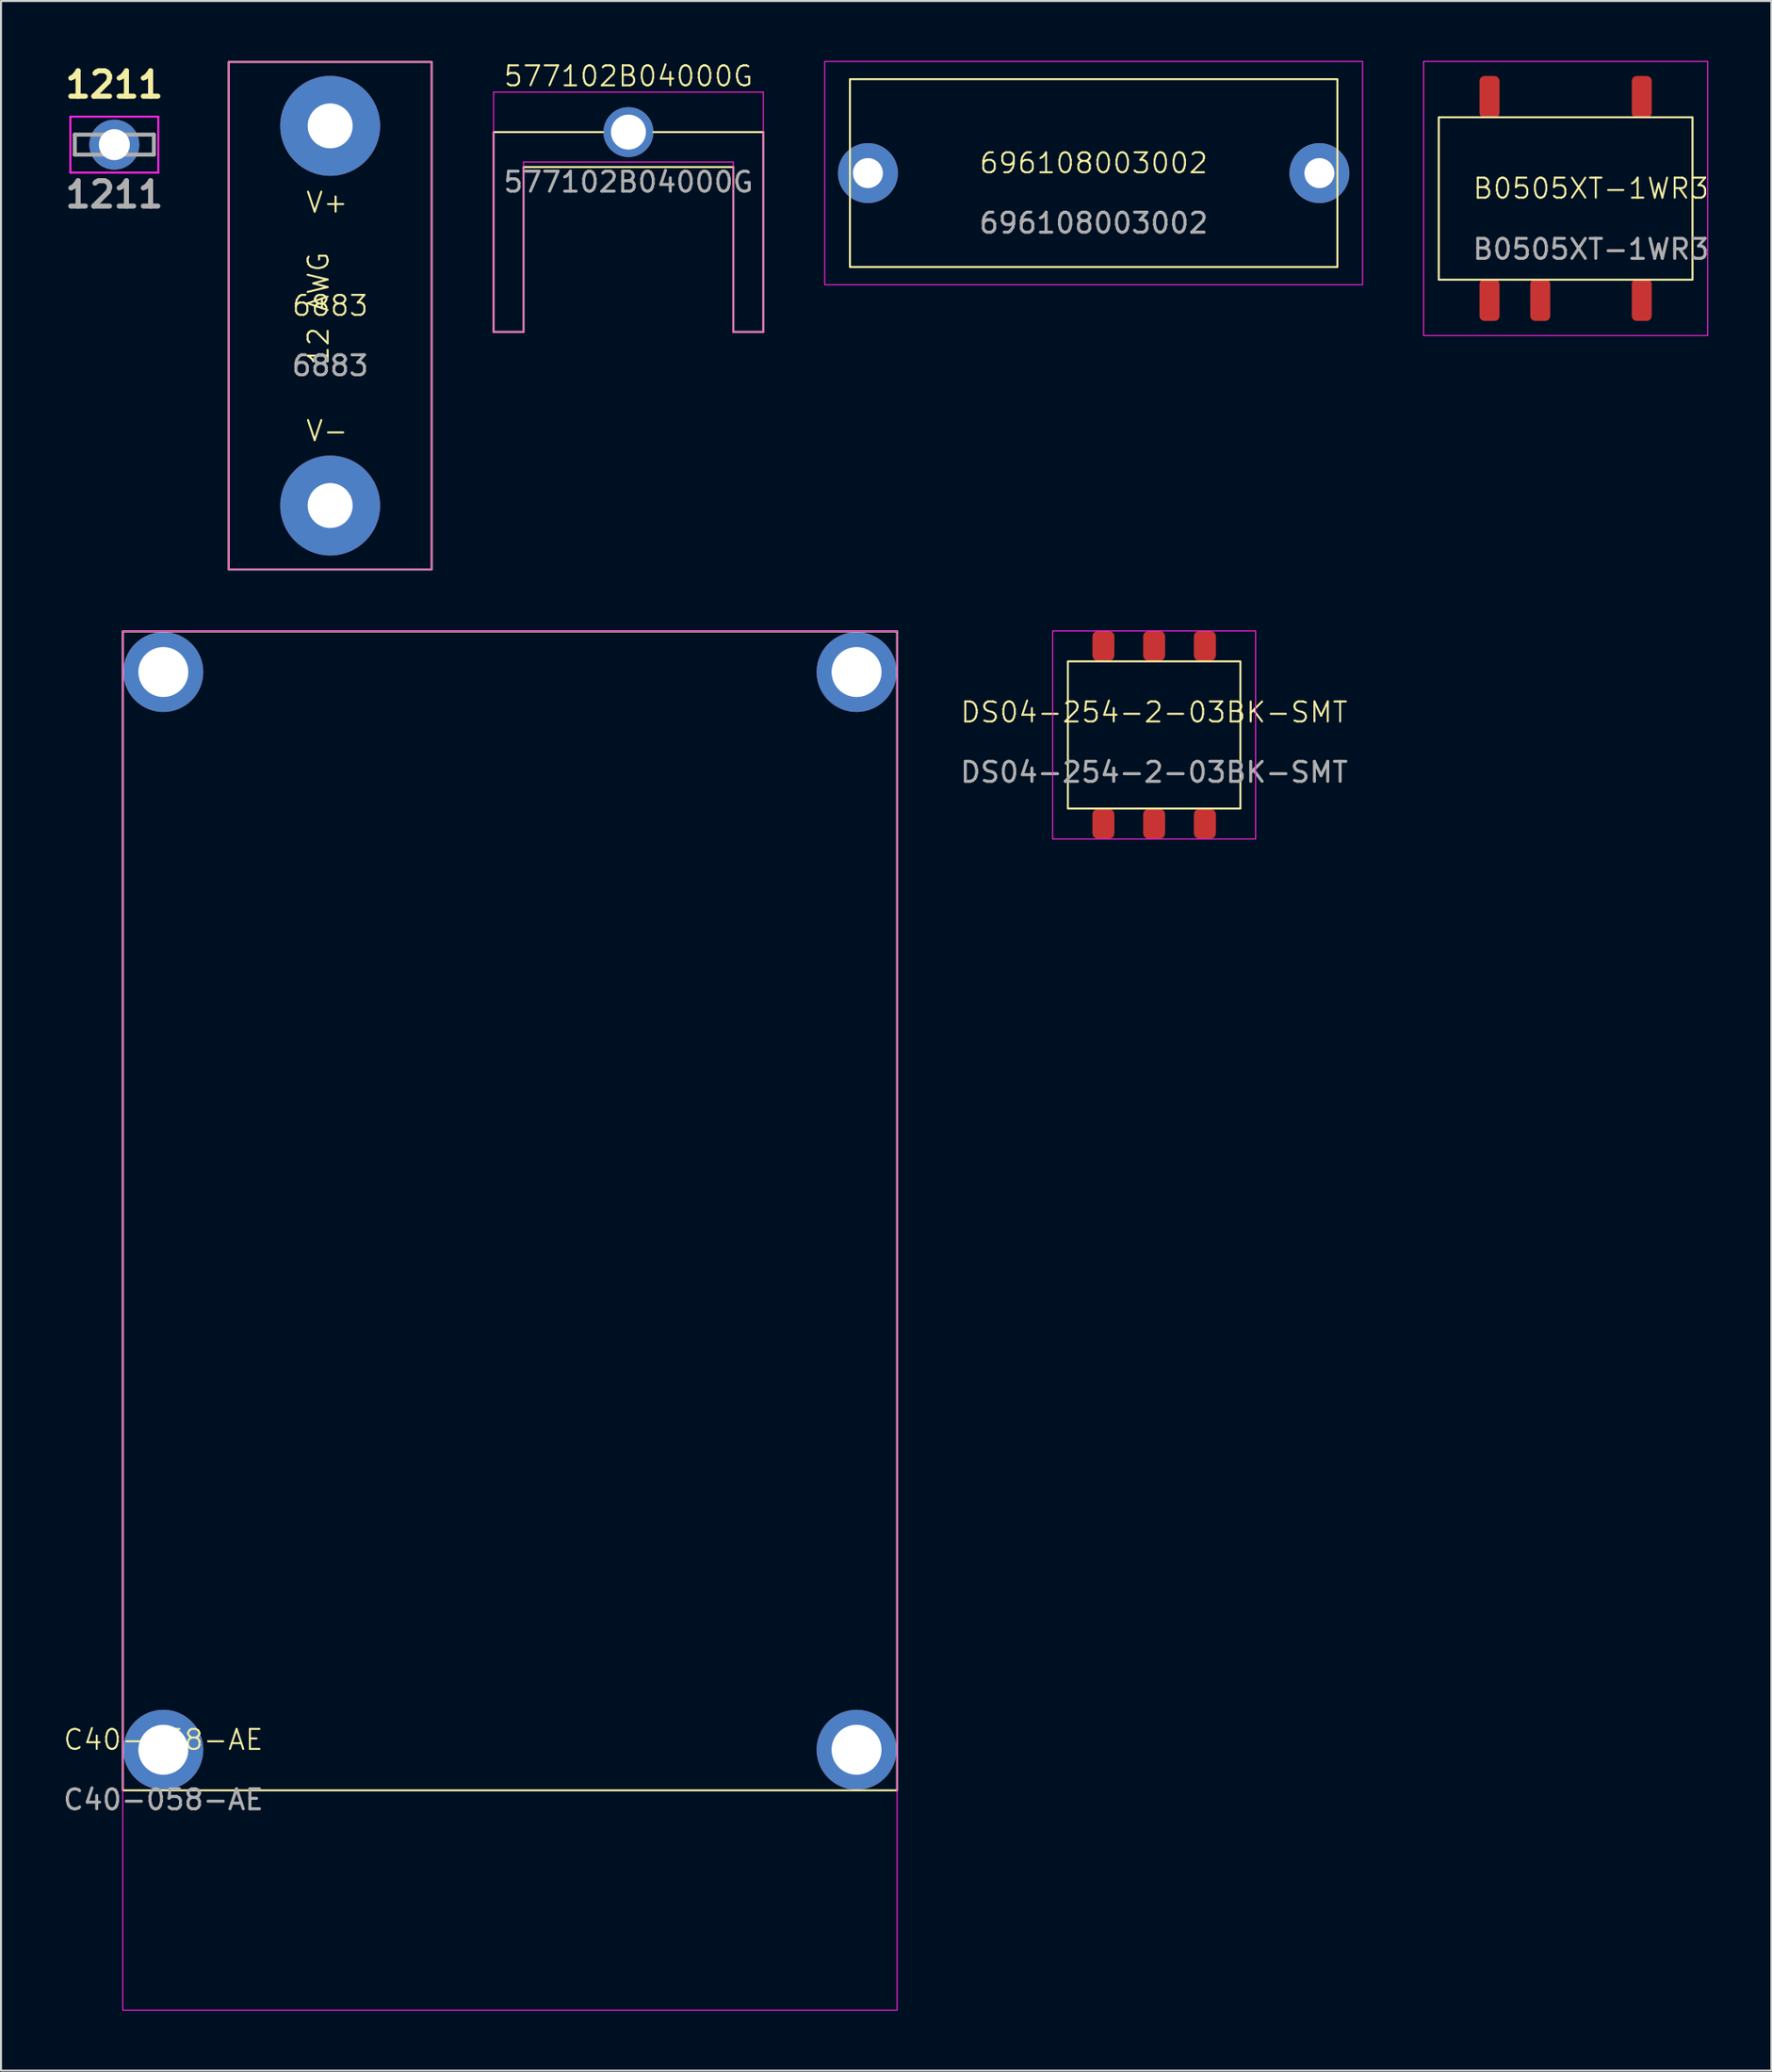
<source format=kicad_pcb>
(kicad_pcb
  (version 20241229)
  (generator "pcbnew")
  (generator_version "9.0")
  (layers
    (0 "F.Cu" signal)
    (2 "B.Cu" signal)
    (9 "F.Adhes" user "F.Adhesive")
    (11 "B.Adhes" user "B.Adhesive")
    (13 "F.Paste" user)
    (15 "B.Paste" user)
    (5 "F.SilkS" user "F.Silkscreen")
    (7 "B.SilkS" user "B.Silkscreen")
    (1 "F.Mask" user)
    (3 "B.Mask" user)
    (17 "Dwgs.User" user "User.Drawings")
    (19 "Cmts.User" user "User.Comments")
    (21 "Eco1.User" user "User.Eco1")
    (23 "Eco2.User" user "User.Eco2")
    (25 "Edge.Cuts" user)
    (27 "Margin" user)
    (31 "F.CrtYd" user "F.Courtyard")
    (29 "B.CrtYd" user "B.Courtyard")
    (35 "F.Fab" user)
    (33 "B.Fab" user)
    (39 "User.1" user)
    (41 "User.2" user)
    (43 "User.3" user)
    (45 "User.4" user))
  (footprint "577102B04000G"
    (layer "F.Cu")
    (at 28.406 3.561)
    (property "Reference" "577102B04000G" (at 0 -2.8 0) (unlocked yes) (layer "F.SilkS") (effects (font (size 1 1) (thickness 0.1))))
    (attr through_hole)
    (fp_line (start -6.75 0) (end -6.75 10) (stroke (width 0.1) (type default)) (layer "F.SilkS"))
    (fp_line (start -6.725 0) (end -1.275 0) (stroke (width 0.1) (type default)) (layer "F.SilkS"))
    (fp_line (start -5.25 1.75) (end -5.25 10) (stroke (width 0.1) (type default)) (layer "F.SilkS"))
    (fp_line (start -5.25 10) (end -6.75 10) (stroke (width 0.1) (type default)) (layer "F.SilkS"))
    (fp_line (start 1.25 0) (end 6.75 0) (stroke (width 0.1) (type default)) (layer "F.SilkS"))
    (fp_line (start 5.25 1.75) (end -5.25 1.75) (stroke (width 0.1) (type default)) (layer "F.SilkS"))
    (fp_line (start 5.25 10) (end 5.25 1.75) (stroke (width 0.1) (type default)) (layer "F.SilkS"))
    (fp_line (start 6.75 0) (end 6.75 10) (stroke (width 0.1) (type default)) (layer "F.SilkS"))
    (fp_line (start 6.75 10) (end 5.25 10) (stroke (width 0.1) (type default)) (layer "F.SilkS"))
    (fp_line (start -6.75 -2) (end 6.75 -2) (stroke (width 0.05) (type default)) (layer "F.CrtYd"))
    (fp_line (start -6.75 10) (end -6.75 -2) (stroke (width 0.05) (type default)) (layer "F.CrtYd"))
    (fp_line (start -6.75 10) (end -5.25 10) (stroke (width 0.05) (type default)) (layer "F.CrtYd"))
    (fp_line (start -5.25 10) (end -5.25 1.5) (stroke (width 0.05) (type default)) (layer "F.CrtYd"))
    (fp_line (start 5.25 1.5) (end -5.25 1.5) (stroke (width 0.05) (type default)) (layer "F.CrtYd"))
    (fp_line (start 5.25 10) (end 5.25 1.5) (stroke (width 0.05) (type default)) (layer "F.CrtYd"))
    (fp_line (start 6.75 -2) (end 6.75 10) (stroke (width 0.05) (type default)) (layer "F.CrtYd"))
    (fp_line (start 6.75 10) (end 5.25 10) (stroke (width 0.05) (type default)) (layer "F.CrtYd"))
    (fp_text user "${REFERENCE}" (at 0 2.5 0) (unlocked yes) (layer "F.Fab") (effects (font (size 1 1) (thickness 0.15))))
    (pad "" thru_hole circle (at 0 0) (size 2.5 2.5) (drill 1.75) (layers "*.Cu" "*.Mask")))
  (footprint "1211"
    (layer "F.Cu")
    (at 2.673 4.189)
    (property "Reference" "1211" (at 0 -3 0) (layer "F.SilkS") (effects (font (size 1.27 1.27) (thickness 0.254))))
    (attr through_hole)
    (fp_line (start -1.98 -0.5) (end -1.98 0.5) (stroke (width 0.1) (type solid)) (layer "F.SilkS"))
    (fp_line (start -1.98 0.5) (end -1.5 0.5) (stroke (width 0.1) (type solid)) (layer "F.SilkS"))
    (fp_line (start -1.5 -0.5) (end -1.98 -0.5) (stroke (width 0.1) (type solid)) (layer "F.SilkS"))
    (fp_line (start 1.5 -0.5) (end 1.98 -0.5) (stroke (width 0.1) (type solid)) (layer "F.SilkS"))
    (fp_line (start 1.98 -0.5) (end 1.98 0.5) (stroke (width 0.1) (type solid)) (layer "F.SilkS"))
    (fp_line (start 1.98 0.5) (end 1.5 0.5) (stroke (width 0.1) (type solid)) (layer "F.SilkS"))
    (fp_line (start -2.2 -1.4) (end 2.2 -1.4) (stroke (width 0.1) (type solid)) (layer "F.CrtYd"))
    (fp_line (start -2.2 1.4) (end -2.2 -1.4) (stroke (width 0.1) (type solid)) (layer "F.CrtYd"))
    (fp_line (start 2.2 -1.4) (end 2.2 1.4) (stroke (width 0.1) (type solid)) (layer "F.CrtYd"))
    (fp_line (start 2.2 1.4) (end -2.2 1.4) (stroke (width 0.1) (type solid)) (layer "F.CrtYd"))
    (fp_line (start -1.98 -0.5) (end 1.98 -0.5) (stroke (width 0.2) (type solid)) (layer "F.Fab"))
    (fp_line (start -1.98 0.5) (end -1.98 -0.5) (stroke (width 0.2) (type solid)) (layer "F.Fab"))
    (fp_line (start 1.98 -0.5) (end 1.98 0.5) (stroke (width 0.2) (type solid)) (layer "F.Fab"))
    (fp_line (start 1.98 0.5) (end -1.98 0.5) (stroke (width 0.2) (type solid)) (layer "F.Fab"))
    (fp_text user "${REFERENCE}" (at 0 2.5 0) (layer "F.Fab") (effects (font (size 1.27 1.27) (thickness 0.254))))
    (pad "1" thru_hole circle (at 0 0) (size 2.5 2.5) (drill 1.55) (layers "*.Cu" "*.Mask")))
  (footprint "C40-058-AE"
    (layer "F.Cu")
    (at 5.125 84.518)
    (property "Reference" "C40-058-AE" (at 0 -0.5 0) (unlocked yes) (layer "F.SilkS") (effects (font (size 1 1) (thickness 0.1))))
    (attr through_hole)
    (fp_rect (start -2.03 -55.968) (end 36.73 2.032) (stroke (width 0.1) (type default)) (fill no) (layer "F.SilkS"))
    (fp_rect (start -2.03 -55.968) (end 36.73 13.032) (stroke (width 0.05) (type default)) (fill no) (layer "F.CrtYd"))
    (fp_text user "${REFERENCE}" (at 0 2.5 0) (unlocked yes) (layer "F.Fab") (effects (font (size 1 1) (thickness 0.15))))
    (pad "" thru_hole circle (at 0 -53.936) (size 4 4) (drill 2.5) (layers "*.Cu" "*.Mask"))
    (pad "" thru_hole circle (at 0 0) (size 4 4) (drill 2.5) (layers "*.Cu" "*.Mask"))
    (pad "" thru_hole circle (at 34.7 -53.936) (size 4 4) (drill 2.5) (layers "*.Cu" "*.Mask"))
    (pad "" thru_hole circle (at 34.7 0) (size 4 4) (drill 2.5) (layers "*.Cu" "*.Mask")))
  (footprint "696108003002"
    (layer "F.Cu")
    (at 51.693 5.613)
    (property "Reference" "696108003002" (at 0 -0.5 0) (unlocked yes) (layer "F.SilkS") (effects (font (size 1 1) (thickness 0.1))))
    (attr through_hole)
    (fp_rect (start -12.2 -4.7) (end 12.2 4.7) (stroke (width 0.1) (type default)) (fill no) (layer "F.SilkS"))
    (fp_rect (start -13.462 -5.588) (end 13.462 5.588) (stroke (width 0.05) (type default)) (fill no) (layer "F.CrtYd"))
    (fp_text user "${REFERENCE}" (at 0 2.5 0) (unlocked yes) (layer "F.Fab") (effects (font (size 1 1) (thickness 0.15))))
    (pad "1" thru_hole circle (at -11.3 0) (size 3 3) (drill 1.5) (layers "*.Cu" "*.Mask"))
    (pad "2" thru_hole circle (at 11.3 0) (size 3 3) (drill 1.5) (layers "*.Cu" "*.Mask")))
  (footprint "DS04-254-2-03BK-SMT"
    (layer "F.Cu")
    (at 54.72 33.097)
    (property "Reference" "DS04-254-2-03BK-SMT" (at 0 -0.5 0) (unlocked yes) (layer "F.SilkS") (effects (font (size 1 1) (thickness 0.1))))
    (attr smd)
    (fp_rect (start -4.318 -3.048) (end 4.318 4.318) (stroke (width 0.1) (type default)) (fill no) (layer "F.SilkS"))
    (fp_rect (start -5.08 -4.572) (end 5.08 5.842) (stroke (width 0.05) (type default)) (fill no) (layer "F.CrtYd"))
    (fp_text user "${REFERENCE}" (at 0 2.5 0) (unlocked yes) (layer "F.Fab") (effects (font (size 1 1) (thickness 0.15))))
    (pad "1" smd roundrect (at -2.54 5.08 90) (size 1.5 1.1) (layers "F.Cu" "F.Mask" "F.Paste") (roundrect_rratio 0.25))
    (pad "2" smd roundrect (at 0 5.08 90) (size 1.5 1.1) (layers "F.Cu" "F.Mask" "F.Paste") (roundrect_rratio 0.25))
    (pad "3" smd roundrect (at 2.54 5.08 90) (size 1.5 1.1) (layers "F.Cu" "F.Mask" "F.Paste") (roundrect_rratio 0.25))
    (pad "4" smd roundrect (at 2.54 -3.82 90) (size 1.5 1.1) (layers "F.Cu" "F.Mask" "F.Paste") (roundrect_rratio 0.25))
    (pad "5" smd roundrect (at 0 -3.82 90) (size 1.5 1.1) (layers "F.Cu" "F.Mask" "F.Paste") (roundrect_rratio 0.25))
    (pad "6" smd roundrect (at -2.54 -3.82 90) (size 1.5 1.1) (layers "F.Cu" "F.Mask" "F.Paste") (roundrect_rratio 0.25)))
  (footprint "B0505XT-1WR3"
    (layer "F.Cu")
    (at 76.587 6.883)
    (property "Reference" "B0505XT-1WR3" (at 0 -0.5 0) (unlocked yes) (layer "F.SilkS") (effects (font (size 1 1) (thickness 0.1))))
    (attr smd)
    (fp_rect (start 5.08 -4.064) (end -7.62 4.064) (stroke (width 0.1) (type default)) (fill no) (layer "F.SilkS"))
    (fp_rect (start -8.382 -6.858) (end 5.842 6.858) (stroke (width 0.05) (type default)) (fill no) (layer "F.CrtYd"))
    (fp_text user "${REFERENCE}" (at 0 2.54 0) (unlocked yes) (layer "F.Fab") (effects (font (size 1 1) (thickness 0.15))))
    (pad "1" smd roundrect (at -5.08 5.08 90) (size 2.1 1) (layers "F.Cu" "F.Mask" "F.Paste") (roundrect_rratio 0.25))
    (pad "2" smd roundrect (at -2.54 5.08 90) (size 2.1 1) (layers "F.Cu" "F.Mask" "F.Paste") (roundrect_rratio 0.25))
    (pad "4" smd roundrect (at 2.54 5.08 90) (size 2.1 1) (layers "F.Cu" "F.Mask" "F.Paste") (roundrect_rratio 0.25))
    (pad "5" smd roundrect (at 2.54 -5.08 90) (size 2.1 1) (layers "F.Cu" "F.Mask" "F.Paste") (roundrect_rratio 0.25))
    (pad "8" smd roundrect (at -5.08 -5.08 90) (size 2.1 1) (layers "F.Cu" "F.Mask" "F.Paste") (roundrect_rratio 0.25)))
  (footprint "6883"
    (layer "F.Cu")
    (at 13.476 12.75)
    (property "Reference" "6883" (at 0 -0.5 0) (unlocked yes) (layer "F.SilkS") (effects (font (size 1 1) (thickness 0.1))))
    (attr through_hole)
    (fp_rect (start -5.08 -12.7) (end 5.08 12.7) (stroke (width 0.1) (type default)) (fill no) (layer "F.SilkS"))
    (fp_rect (start -5.08 -12.7) (end 5.08 12.7) (stroke (width 0.05) (type default)) (fill no) (layer "F.CrtYd"))
    (fp_text user "V-" (at -1.27 6.35 0) (unlocked yes) (layer "F.SilkS") (effects (font (size 1 1) (thickness 0.1)) (justify left bottom)))
    (fp_text user "V+" (at -1.27 -5.08 0) (unlocked yes) (layer "F.SilkS") (effects (font (size 1 1) (thickness 0.1)) (justify left bottom)))
    (fp_text user "12 AWG" (at 0 2.54 90) (unlocked yes) (layer "F.SilkS") (effects (font (size 1 1) (thickness 0.1)) (justify left bottom)))
    (fp_text user "${REFERENCE}" (at 0 2.5 0) (unlocked yes) (layer "F.Fab") (effects (font (size 1 1) (thickness 0.15))))
    (pad "1" thru_hole circle (at 0 -9.5) (size 5 5) (drill 2.25) (layers "*.Cu" "*.Mask"))
    (pad "2" thru_hole circle (at 0 9.5) (size 5 5) (drill 2.25) (layers "*.Cu" "*.Mask")))
  (gr_rect
    (start -3 -3)
    (end 85.617 100.575)
    (stroke (width 0.1) (type default))
    (fill no)
    (layer "Edge.Cuts")))
</source>
